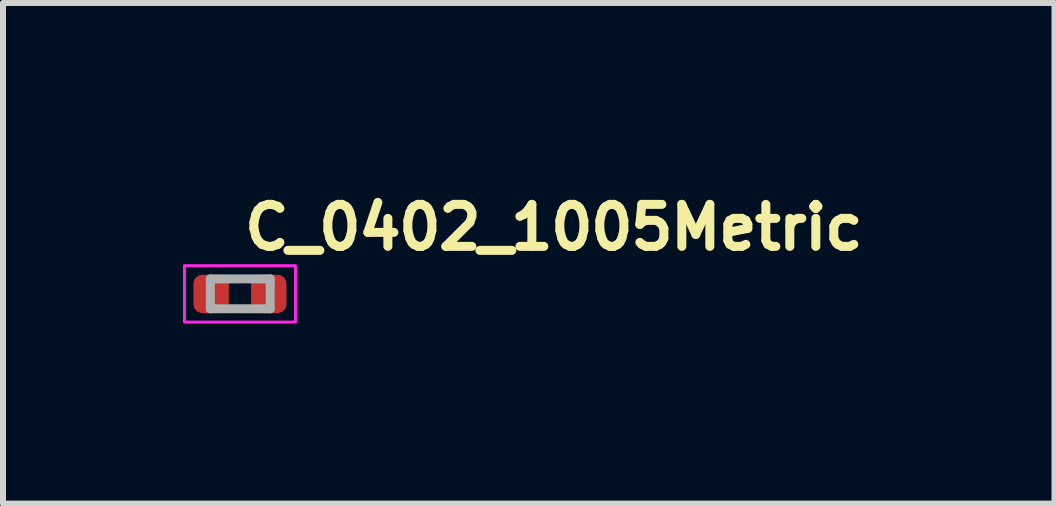
<source format=kicad_pcb>
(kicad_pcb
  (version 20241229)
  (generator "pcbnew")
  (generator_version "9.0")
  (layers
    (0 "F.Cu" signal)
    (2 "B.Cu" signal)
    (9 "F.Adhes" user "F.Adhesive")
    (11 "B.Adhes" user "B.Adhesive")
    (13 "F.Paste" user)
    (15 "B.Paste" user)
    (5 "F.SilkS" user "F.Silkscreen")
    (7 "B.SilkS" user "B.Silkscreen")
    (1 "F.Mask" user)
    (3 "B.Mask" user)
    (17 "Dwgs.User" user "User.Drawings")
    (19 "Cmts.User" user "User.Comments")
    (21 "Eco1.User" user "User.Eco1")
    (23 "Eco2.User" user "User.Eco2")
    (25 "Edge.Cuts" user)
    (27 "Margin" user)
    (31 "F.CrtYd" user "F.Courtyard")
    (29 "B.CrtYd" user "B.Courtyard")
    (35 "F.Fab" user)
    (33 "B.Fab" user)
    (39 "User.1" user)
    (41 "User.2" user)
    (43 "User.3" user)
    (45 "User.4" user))
  (footprint "C_0402_1005Metric"
    (layer "F.Cu")
    (at 0.95 1.849)
    (property "Reference" "C_0402_1005Metric" (at 0 -0.699 0) (layer "F.SilkS") (effects (font (size 0.7 0.7) (thickness 0.15)) (justify left bottom)))
    (attr smd)
    (fp_rect (start -0.925 -0.47) (end 0.925 0.47) (stroke (width 0.05) (type default)) (fill no) (layer "F.CrtYd"))
    (fp_line (start -0.494 -0.25) (end 0.504 -0.25) (stroke (width 0.15) (type solid)) (layer "F.Fab"))
    (fp_line (start -0.494 0.248) (end -0.494 -0.25) (stroke (width 0.15) (type solid)) (layer "F.Fab"))
    (fp_line (start 0.504 -0.25) (end 0.504 0.248) (stroke (width 0.15) (type solid)) (layer "F.Fab"))
    (fp_line (start 0.504 0.248) (end -0.494 0.248) (stroke (width 0.15) (type solid)) (layer "F.Fab"))
    (fp_line (start -0.494 -0.244) (end -0.494 -0.243) (stroke (width 0.1) (type solid)) (layer "User.5"))
    (fp_line (start -0.494 -0.243) (end -0.494 -0.243) (stroke (width 0.1) (type solid)) (layer "User.5"))
    (fp_line (start -0.494 -0.243) (end -0.494 -0.242) (stroke (width 0.1) (type solid)) (layer "User.5"))
    (fp_line (start -0.494 -0.242) (end -0.494 -0.242) (stroke (width 0.1) (type solid)) (layer "User.5"))
    (fp_line (start -0.494 -0.242) (end -0.494 -0.242) (stroke (width 0.1) (type solid)) (layer "User.5"))
    (fp_line (start -0.494 -0.242) (end -0.494 -0.241) (stroke (width 0.1) (type solid)) (layer "User.5"))
    (fp_line (start -0.494 -0.241) (end -0.494 -0.241) (stroke (width 0.1) (type solid)) (layer "User.5"))
    (fp_line (start -0.494 -0.241) (end -0.494 -0.24) (stroke (width 0.1) (type solid)) (layer "User.5"))
    (fp_line (start -0.494 -0.24) (end -0.494 -0.238) (stroke (width 0.1) (type solid)) (layer "User.5"))
    (fp_line (start -0.494 -0.238) (end -0.494 -0.238) (stroke (width 0.1) (type solid)) (layer "User.5"))
    (fp_line (start -0.494 -0.238) (end -0.494 -0.238) (stroke (width 0.1) (type solid)) (layer "User.5"))
    (fp_line (start -0.494 -0.238) (end -0.494 -0.238) (stroke (width 0.1) (type solid)) (layer "User.5"))
    (fp_line (start -0.494 0.24) (end -0.494 -0.238) (stroke (width 0.1) (type solid)) (layer "User.5"))
    (fp_line (start -0.494 0.24) (end -0.494 0.24) (stroke (width 0.1) (type solid)) (layer "User.5"))
    (fp_line (start -0.494 0.24) (end -0.494 0.24) (stroke (width 0.1) (type solid)) (layer "User.5"))
    (fp_line (start -0.494 0.24) (end -0.494 0.24) (stroke (width 0.1) (type solid)) (layer "User.5"))
    (fp_line (start -0.494 0.24) (end -0.494 0.24) (stroke (width 0.1) (type solid)) (layer "User.5"))
    (fp_line (start -0.494 0.24) (end -0.494 0.24) (stroke (width 0.1) (type solid)) (layer "User.5"))
    (fp_line (start -0.494 0.24) (end -0.494 0.241) (stroke (width 0.1) (type solid)) (layer "User.5"))
    (fp_line (start -0.494 0.241) (end -0.494 0.241) (stroke (width 0.1) (type solid)) (layer "User.5"))
    (fp_line (start -0.494 0.241) (end -0.494 0.241) (stroke (width 0.1) (type solid)) (layer "User.5"))
    (fp_line (start -0.494 0.241) (end -0.494 0.242) (stroke (width 0.1) (type solid)) (layer "User.5"))
    (fp_line (start -0.494 0.242) (end -0.494 0.242) (stroke (width 0.1) (type solid)) (layer "User.5"))
    (fp_line (start -0.494 0.242) (end -0.494 0.243) (stroke (width 0.1) (type solid)) (layer "User.5"))
    (fp_line (start -0.494 0.243) (end -0.493 0.243) (stroke (width 0.1) (type solid)) (layer "User.5"))
    (fp_line (start -0.493 -0.245) (end -0.493 -0.245) (stroke (width 0.1) (type solid)) (layer "User.5"))
    (fp_line (start -0.493 -0.245) (end -0.493 -0.245) (stroke (width 0.1) (type solid)) (layer "User.5"))
    (fp_line (start -0.493 -0.245) (end -0.493 -0.244) (stroke (width 0.1) (type solid)) (layer "User.5"))
    (fp_line (start -0.493 -0.244) (end -0.494 -0.244) (stroke (width 0.1) (type solid)) (layer "User.5"))
    (fp_line (start -0.493 0.243) (end -0.493 0.244) (stroke (width 0.1) (type solid)) (layer "User.5"))
    (fp_line (start -0.493 0.244) (end -0.493 0.244) (stroke (width 0.1) (type solid)) (layer "User.5"))
    (fp_line (start -0.493 0.244) (end -0.493 0.244) (stroke (width 0.1) (type solid)) (layer "User.5"))
    (fp_line (start -0.493 0.244) (end -0.492 0.245) (stroke (width 0.1) (type solid)) (layer "User.5"))
    (fp_line (start -0.492 -0.247) (end -0.492 -0.246) (stroke (width 0.1) (type solid)) (layer "User.5"))
    (fp_line (start -0.492 -0.246) (end -0.493 -0.245) (stroke (width 0.1) (type solid)) (layer "User.5"))
    (fp_line (start -0.492 -0.246) (end -0.492 -0.246) (stroke (width 0.1) (type solid)) (layer "User.5"))
    (fp_line (start -0.492 0.245) (end -0.492 0.245) (stroke (width 0.1) (type solid)) (layer "User.5"))
    (fp_line (start -0.492 0.245) (end -0.492 0.246) (stroke (width 0.1) (type solid)) (layer "User.5"))
    (fp_line (start -0.492 0.246) (end -0.491 0.246) (stroke (width 0.1) (type solid)) (layer "User.5"))
    (fp_line (start -0.491 -0.247) (end -0.492 -0.247) (stroke (width 0.1) (type solid)) (layer "User.5"))
    (fp_line (start -0.491 -0.247) (end -0.491 -0.247) (stroke (width 0.1) (type solid)) (layer "User.5"))
    (fp_line (start -0.491 0.246) (end -0.491 0.246) (stroke (width 0.1) (type solid)) (layer "User.5"))
    (fp_line (start -0.491 0.246) (end -0.49 0.247) (stroke (width 0.1) (type solid)) (layer "User.5"))
    (fp_line (start -0.49 -0.248) (end -0.491 -0.247) (stroke (width 0.1) (type solid)) (layer "User.5"))
    (fp_line (start -0.49 -0.248) (end -0.49 -0.248) (stroke (width 0.1) (type solid)) (layer "User.5"))
    (fp_line (start -0.49 -0.248) (end -0.49 -0.248) (stroke (width 0.1) (type solid)) (layer "User.5"))
    (fp_line (start -0.49 0.247) (end -0.49 0.247) (stroke (width 0.1) (type solid)) (layer "User.5"))
    (fp_line (start -0.49 0.247) (end -0.49 0.247) (stroke (width 0.1) (type solid)) (layer "User.5"))
    (fp_line (start -0.49 0.247) (end -0.489 0.247) (stroke (width 0.1) (type solid)) (layer "User.5"))
    (fp_line (start -0.489 -0.249) (end -0.489 -0.248) (stroke (width 0.1) (type solid)) (layer "User.5"))
    (fp_line (start -0.489 -0.248) (end -0.49 -0.248) (stroke (width 0.1) (type solid)) (layer "User.5"))
    (fp_line (start -0.489 0.247) (end -0.489 0.248) (stroke (width 0.1) (type solid)) (layer "User.5"))
    (fp_line (start -0.489 0.248) (end -0.488 0.248) (stroke (width 0.1) (type solid)) (layer "User.5"))
    (fp_line (start -0.488 -0.249) (end -0.489 -0.249) (stroke (width 0.1) (type solid)) (layer "User.5"))
    (fp_line (start -0.488 -0.249) (end -0.488 -0.249) (stroke (width 0.1) (type solid)) (layer "User.5"))
    (fp_line (start -0.488 0.248) (end -0.488 0.248) (stroke (width 0.1) (type solid)) (layer "User.5"))
    (fp_line (start -0.488 0.248) (end -0.487 0.248) (stroke (width 0.1) (type solid)) (layer "User.5"))
    (fp_line (start -0.487 -0.249) (end -0.488 -0.249) (stroke (width 0.1) (type solid)) (layer "User.5"))
    (fp_line (start -0.487 -0.249) (end -0.487 -0.249) (stroke (width 0.1) (type solid)) (layer "User.5"))
    (fp_line (start -0.487 -0.249) (end -0.487 -0.249) (stroke (width 0.1) (type solid)) (layer "User.5"))
    (fp_line (start -0.487 0.248) (end -0.487 0.248) (stroke (width 0.1) (type solid)) (layer "User.5"))
    (fp_line (start -0.487 0.248) (end -0.487 0.248) (stroke (width 0.1) (type solid)) (layer "User.5"))
    (fp_line (start -0.487 0.248) (end -0.486 0.248) (stroke (width 0.1) (type solid)) (layer "User.5"))
    (fp_line (start -0.486 -0.249) (end -0.487 -0.249) (stroke (width 0.1) (type solid)) (layer "User.5"))
    (fp_line (start -0.486 -0.249) (end -0.486 -0.249) (stroke (width 0.1) (type solid)) (layer "User.5"))
    (fp_line (start -0.486 0.248) (end -0.486 0.248) (stroke (width 0.1) (type solid)) (layer "User.5"))
    (fp_line (start -0.486 0.248) (end -0.485 0.248) (stroke (width 0.1) (type solid)) (layer "User.5"))
    (fp_line (start -0.484 -0.249) (end -0.294 -0.249) (stroke (width 0.1) (type solid)) (layer "User.5"))
    (fp_line (start -0.294 -0.249) (end -0.294 -0.238) (stroke (width 0.1) (type solid)) (layer "User.5"))
    (fp_line (start -0.294 -0.238) (end -0.294 0.24) (stroke (width 0.1) (type solid)) (layer "User.5"))
    (fp_line (start -0.294 -0.238) (end 0.303 -0.238) (stroke (width 0.1) (type solid)) (layer "User.5"))
    (fp_line (start -0.294 0.24) (end -0.294 0.248) (stroke (width 0.1) (type solid)) (layer "User.5"))
    (fp_line (start -0.294 0.24) (end 0.303 0.24) (stroke (width 0.1) (type solid)) (layer "User.5"))
    (fp_line (start -0.294 0.248) (end -0.484 0.248) (stroke (width 0.1) (type solid)) (layer "User.5"))
    (fp_line (start 0.303 -0.249) (end 0.303 -0.238) (stroke (width 0.1) (type solid)) (layer "User.5"))
    (fp_line (start 0.303 -0.238) (end 0.303 0.24) (stroke (width 0.1) (type solid)) (layer "User.5"))
    (fp_line (start 0.303 0.24) (end 0.303 0.248) (stroke (width 0.1) (type solid)) (layer "User.5"))
    (fp_line (start 0.303 0.248) (end 0.493 0.248) (stroke (width 0.1) (type solid)) (layer "User.5"))
    (fp_line (start 0.493 -0.249) (end 0.303 -0.249) (stroke (width 0.1) (type solid)) (layer "User.5"))
    (fp_line (start 0.495 0.248) (end 0.496 0.248) (stroke (width 0.1) (type solid)) (layer "User.5"))
    (fp_line (start 0.496 -0.249) (end 0.495 -0.249) (stroke (width 0.1) (type solid)) (layer "User.5"))
    (fp_line (start 0.496 -0.249) (end 0.496 -0.249) (stroke (width 0.1) (type solid)) (layer "User.5"))
    (fp_line (start 0.496 -0.249) (end 0.496 -0.249) (stroke (width 0.1) (type solid)) (layer "User.5"))
    (fp_line (start 0.496 0.248) (end 0.496 0.248) (stroke (width 0.1) (type solid)) (layer "User.5"))
    (fp_line (start 0.496 0.248) (end 0.496 0.248) (stroke (width 0.1) (type solid)) (layer "User.5"))
    (fp_line (start 0.496 0.248) (end 0.497 0.248) (stroke (width 0.1) (type solid)) (layer "User.5"))
    (fp_line (start 0.497 -0.249) (end 0.496 -0.249) (stroke (width 0.1) (type solid)) (layer "User.5"))
    (fp_line (start 0.497 -0.249) (end 0.497 -0.249) (stroke (width 0.1) (type solid)) (layer "User.5"))
    (fp_line (start 0.497 0.248) (end 0.497 0.248) (stroke (width 0.1) (type solid)) (layer "User.5"))
    (fp_line (start 0.497 0.248) (end 0.498 0.248) (stroke (width 0.1) (type solid)) (layer "User.5"))
    (fp_line (start 0.498 -0.249) (end 0.497 -0.249) (stroke (width 0.1) (type solid)) (layer "User.5"))
    (fp_line (start 0.498 -0.248) (end 0.498 -0.249) (stroke (width 0.1) (type solid)) (layer "User.5"))
    (fp_line (start 0.498 0.247) (end 0.499 0.247) (stroke (width 0.1) (type solid)) (layer "User.5"))
    (fp_line (start 0.498 0.248) (end 0.498 0.247) (stroke (width 0.1) (type solid)) (layer "User.5"))
    (fp_line (start 0.499 -0.248) (end 0.498 -0.248) (stroke (width 0.1) (type solid)) (layer "User.5"))
    (fp_line (start 0.499 -0.248) (end 0.499 -0.248) (stroke (width 0.1) (type solid)) (layer "User.5"))
    (fp_line (start 0.499 -0.248) (end 0.499 -0.248) (stroke (width 0.1) (type solid)) (layer "User.5"))
    (fp_line (start 0.499 0.247) (end 0.499 0.247) (stroke (width 0.1) (type solid)) (layer "User.5"))
    (fp_line (start 0.499 0.247) (end 0.499 0.247) (stroke (width 0.1) (type solid)) (layer "User.5"))
    (fp_line (start 0.499 0.247) (end 0.5 0.246) (stroke (width 0.1) (type solid)) (layer "User.5"))
    (fp_line (start 0.5 -0.247) (end 0.499 -0.248) (stroke (width 0.1) (type solid)) (layer "User.5"))
    (fp_line (start 0.5 -0.247) (end 0.5 -0.247) (stroke (width 0.1) (type solid)) (layer "User.5"))
    (fp_line (start 0.5 0.246) (end 0.5 0.246) (stroke (width 0.1) (type solid)) (layer "User.5"))
    (fp_line (start 0.5 0.246) (end 0.501 0.246) (stroke (width 0.1) (type solid)) (layer "User.5"))
    (fp_line (start 0.501 -0.247) (end 0.5 -0.247) (stroke (width 0.1) (type solid)) (layer "User.5"))
    (fp_line (start 0.501 -0.246) (end 0.501 -0.247) (stroke (width 0.1) (type solid)) (layer "User.5"))
    (fp_line (start 0.501 -0.246) (end 0.501 -0.246) (stroke (width 0.1) (type solid)) (layer "User.5"))
    (fp_line (start 0.501 0.245) (end 0.501 0.245) (stroke (width 0.1) (type solid)) (layer "User.5"))
    (fp_line (start 0.501 0.245) (end 0.502 0.244) (stroke (width 0.1) (type solid)) (layer "User.5"))
    (fp_line (start 0.501 0.246) (end 0.501 0.245) (stroke (width 0.1) (type solid)) (layer "User.5"))
    (fp_line (start 0.502 -0.245) (end 0.501 -0.246) (stroke (width 0.1) (type solid)) (layer "User.5"))
    (fp_line (start 0.502 -0.245) (end 0.502 -0.245) (stroke (width 0.1) (type solid)) (layer "User.5"))
    (fp_line (start 0.502 -0.245) (end 0.502 -0.245) (stroke (width 0.1) (type solid)) (layer "User.5"))
    (fp_line (start 0.502 -0.244) (end 0.502 -0.245) (stroke (width 0.1) (type solid)) (layer "User.5"))
    (fp_line (start 0.502 0.243) (end 0.503 0.243) (stroke (width 0.1) (type solid)) (layer "User.5"))
    (fp_line (start 0.502 0.244) (end 0.502 0.243) (stroke (width 0.1) (type solid)) (layer "User.5"))
    (fp_line (start 0.502 0.244) (end 0.502 0.244) (stroke (width 0.1) (type solid)) (layer "User.5"))
    (fp_line (start 0.502 0.244) (end 0.502 0.244) (stroke (width 0.1) (type solid)) (layer "User.5"))
    (fp_line (start 0.503 -0.244) (end 0.502 -0.244) (stroke (width 0.1) (type solid)) (layer "User.5"))
    (fp_line (start 0.503 -0.243) (end 0.503 -0.244) (stroke (width 0.1) (type solid)) (layer "User.5"))
    (fp_line (start 0.503 -0.243) (end 0.503 -0.243) (stroke (width 0.1) (type solid)) (layer "User.5"))
    (fp_line (start 0.503 -0.242) (end 0.503 -0.243) (stroke (width 0.1) (type solid)) (layer "User.5"))
    (fp_line (start 0.503 -0.242) (end 0.503 -0.242) (stroke (width 0.1) (type solid)) (layer "User.5"))
    (fp_line (start 0.503 -0.242) (end 0.503 -0.242) (stroke (width 0.1) (type solid)) (layer "User.5"))
    (fp_line (start 0.503 -0.241) (end 0.503 -0.242) (stroke (width 0.1) (type solid)) (layer "User.5"))
    (fp_line (start 0.503 -0.241) (end 0.503 -0.241) (stroke (width 0.1) (type solid)) (layer "User.5"))
    (fp_line (start 0.503 -0.24) (end 0.503 -0.241) (stroke (width 0.1) (type solid)) (layer "User.5"))
    (fp_line (start 0.503 0.24) (end 0.503 -0.238) (stroke (width 0.1) (type solid)) (layer "User.5"))
    (fp_line (start 0.503 0.24) (end 0.503 0.24) (stroke (width 0.1) (type solid)) (layer "User.5"))
    (fp_line (start 0.503 0.241) (end 0.503 0.24) (stroke (width 0.1) (type solid)) (layer "User.5"))
    (fp_line (start 0.503 0.241) (end 0.503 0.241) (stroke (width 0.1) (type solid)) (layer "User.5"))
    (fp_line (start 0.503 0.241) (end 0.503 0.241) (stroke (width 0.1) (type solid)) (layer "User.5"))
    (fp_line (start 0.503 0.242) (end 0.503 0.241) (stroke (width 0.1) (type solid)) (layer "User.5"))
    (fp_line (start 0.503 0.242) (end 0.503 0.242) (stroke (width 0.1) (type solid)) (layer "User.5"))
    (fp_line (start 0.503 0.243) (end 0.503 0.242) (stroke (width 0.1) (type solid)) (layer "User.5"))
    (fp_line (start -0.494 -0.244) (end -0.494 -0.243) (stroke (width 0.02) (type solid)) (layer "User.9"))
    (fp_line (start -0.494 -0.243) (end -0.494 -0.243) (stroke (width 0.02) (type solid)) (layer "User.9"))
    (fp_line (start -0.494 -0.243) (end -0.494 -0.242) (stroke (width 0.02) (type solid)) (layer "User.9"))
    (fp_line (start -0.494 -0.242) (end -0.494 -0.242) (stroke (width 0.02) (type solid)) (layer "User.9"))
    (fp_line (start -0.494 -0.242) (end -0.494 -0.242) (stroke (width 0.02) (type solid)) (layer "User.9"))
    (fp_line (start -0.494 -0.242) (end -0.494 -0.241) (stroke (width 0.02) (type solid)) (layer "User.9"))
    (fp_line (start -0.494 -0.241) (end -0.494 -0.241) (stroke (width 0.02) (type solid)) (layer "User.9"))
    (fp_line (start -0.494 -0.241) (end -0.494 -0.24) (stroke (width 0.02) (type solid)) (layer "User.9"))
    (fp_line (start -0.494 -0.24) (end -0.494 -0.238) (stroke (width 0.02) (type solid)) (layer "User.9"))
    (fp_line (start -0.494 -0.238) (end -0.494 -0.238) (stroke (width 0.02) (type solid)) (layer "User.9"))
    (fp_line (start -0.494 -0.238) (end -0.494 -0.238) (stroke (width 0.02) (type solid)) (layer "User.9"))
    (fp_line (start -0.494 -0.238) (end -0.494 -0.238) (stroke (width 0.02) (type solid)) (layer "User.9"))
    (fp_line (start -0.494 -0.238) (end -0.494 -0.238) (stroke (width 0.02) (type solid)) (layer "User.9"))
    (fp_line (start -0.494 -0.238) (end -0.494 -0.238) (stroke (width 0.02) (type solid)) (layer "User.9"))
    (fp_line (start -0.494 -0.238) (end -0.494 -0.238) (stroke (width 0.02) (type solid)) (layer "User.9"))
    (fp_line (start -0.494 -0.238) (end -0.494 -0.238) (stroke (width 0.02) (type solid)) (layer "User.9"))
    (fp_line (start -0.494 -0.238) (end -0.494 -0.237) (stroke (width 0.02) (type solid)) (layer "User.9"))
    (fp_line (start -0.494 -0.237) (end -0.494 -0.237) (stroke (width 0.02) (type solid)) (layer "User.9"))
    (fp_line (start -0.494 -0.237) (end -0.494 -0.236) (stroke (width 0.02) (type solid)) (layer "User.9"))
    (fp_line (start -0.494 -0.236) (end -0.493 -0.236) (stroke (width 0.02) (type solid)) (layer "User.9"))
    (fp_line (start -0.494 0.235) (end -0.494 0.236) (stroke (width 0.02) (type solid)) (layer "User.9"))
    (fp_line (start -0.494 0.236) (end -0.494 0.236) (stroke (width 0.02) (type solid)) (layer "User.9"))
    (fp_line (start -0.494 0.236) (end -0.494 0.237) (stroke (width 0.02) (type solid)) (layer "User.9"))
    (fp_line (start -0.494 0.237) (end -0.494 0.237) (stroke (width 0.02) (type solid)) (layer "User.9"))
    (fp_line (start -0.494 0.237) (end -0.494 0.237) (stroke (width 0.02) (type solid)) (layer "User.9"))
    (fp_line (start -0.494 0.237) (end -0.494 0.238) (stroke (width 0.02) (type solid)) (layer "User.9"))
    (fp_line (start -0.494 0.238) (end -0.494 0.238) (stroke (width 0.02) (type solid)) (layer "User.9"))
    (fp_line (start -0.494 0.238) (end -0.494 0.24) (stroke (width 0.02) (type solid)) (layer "User.9"))
    (fp_line (start -0.494 0.24) (end -0.494 -0.238) (stroke (width 0.02) (type solid)) (layer "User.9"))
    (fp_line (start -0.494 0.24) (end -0.494 0.24) (stroke (width 0.02) (type solid)) (layer "User.9"))
    (fp_line (start -0.494 0.24) (end -0.494 0.24) (stroke (width 0.02) (type solid)) (layer "User.9"))
    (fp_line (start -0.494 0.24) (end -0.494 0.24) (stroke (width 0.02) (type solid)) (layer "User.9"))
    (fp_line (start -0.494 0.24) (end -0.494 0.24) (stroke (width 0.02) (type solid)) (layer "User.9"))
    (fp_line (start -0.494 0.24) (end -0.494 0.24) (stroke (width 0.02) (type solid)) (layer "User.9"))
    (fp_line (start -0.494 0.24) (end -0.494 0.241) (stroke (width 0.02) (type solid)) (layer "User.9"))
    (fp_line (start -0.494 0.241) (end -0.494 0.241) (stroke (width 0.02) (type solid)) (layer "User.9"))
    (fp_line (start -0.494 0.241) (end -0.494 0.241) (stroke (width 0.02) (type solid)) (layer "User.9"))
    (fp_line (start -0.494 0.241) (end -0.494 0.242) (stroke (width 0.02) (type solid)) (layer "User.9"))
    (fp_line (start -0.494 0.242) (end -0.494 0.242) (stroke (width 0.02) (type solid)) (layer "User.9"))
    (fp_line (start -0.494 0.242) (end -0.494 0.243) (stroke (width 0.02) (type solid)) (layer "User.9"))
    (fp_line (start -0.494 0.243) (end -0.493 0.243) (stroke (width 0.02) (type solid)) (layer "User.9"))
    (fp_line (start -0.493 -0.245) (end -0.493 -0.245) (stroke (width 0.02) (type solid)) (layer "User.9"))
    (fp_line (start -0.493 -0.245) (end -0.493 -0.245) (stroke (width 0.02) (type solid)) (layer "User.9"))
    (fp_line (start -0.493 -0.245) (end -0.493 -0.244) (stroke (width 0.02) (type solid)) (layer "User.9"))
    (fp_line (start -0.493 -0.244) (end -0.494 -0.244) (stroke (width 0.02) (type solid)) (layer "User.9"))
    (fp_line (start -0.493 -0.236) (end -0.493 -0.235) (stroke (width 0.02) (type solid)) (layer "User.9"))
    (fp_line (start -0.493 -0.235) (end -0.493 -0.235) (stroke (width 0.02) (type solid)) (layer "User.9"))
    (fp_line (start -0.493 -0.235) (end -0.493 -0.235) (stroke (width 0.02) (type solid)) (layer "User.9"))
    (fp_line (start -0.493 -0.235) (end -0.492 -0.234) (stroke (width 0.02) (type solid)) (layer "User.9"))
    (fp_line (start -0.493 0.234) (end -0.493 0.234) (stroke (width 0.02) (type solid)) (layer "User.9"))
    (fp_line (start -0.493 0.234) (end -0.493 0.234) (stroke (width 0.02) (type solid)) (layer "User.9"))
    (fp_line (start -0.493 0.234) (end -0.493 0.235) (stroke (width 0.02) (type solid)) (layer "User.9"))
    (fp_line (start -0.493 0.235) (end -0.494 0.235) (stroke (width 0.02) (type solid)) (layer "User.9"))
    (fp_line (start -0.493 0.243) (end -0.493 0.244) (stroke (width 0.02) (type solid)) (layer "User.9"))
    (fp_line (start -0.493 0.244) (end -0.493 0.244) (stroke (width 0.02) (type solid)) (layer "User.9"))
    (fp_line (start -0.493 0.244) (end -0.493 0.244) (stroke (width 0.02) (type solid)) (layer "User.9"))
    (fp_line (start -0.493 0.244) (end -0.492 0.245) (stroke (width 0.02) (type solid)) (layer "User.9"))
    (fp_line (start -0.492 -0.247) (end -0.492 -0.246) (stroke (width 0.02) (type solid)) (layer "User.9"))
    (fp_line (start -0.492 -0.246) (end -0.493 -0.245) (stroke (width 0.02) (type solid)) (layer "User.9"))
    (fp_line (start -0.492 -0.246) (end -0.492 -0.246) (stroke (width 0.02) (type solid)) (layer "User.9"))
    (fp_line (start -0.492 -0.234) (end -0.492 -0.234) (stroke (width 0.02) (type solid)) (layer "User.9"))
    (fp_line (start -0.492 -0.234) (end -0.492 -0.234) (stroke (width 0.02) (type solid)) (layer "User.9"))
    (fp_line (start -0.492 -0.234) (end -0.491 -0.234) (stroke (width 0.02) (type solid)) (layer "User.9"))
    (fp_line (start -0.492 0.233) (end -0.492 0.234) (stroke (width 0.02) (type solid)) (layer "User.9"))
    (fp_line (start -0.492 0.234) (end -0.493 0.234) (stroke (width 0.02) (type solid)) (layer "User.9"))
    (fp_line (start -0.492 0.234) (end -0.492 0.234) (stroke (width 0.02) (type solid)) (layer "User.9"))
    (fp_line (start -0.492 0.245) (end -0.492 0.245) (stroke (width 0.02) (type solid)) (layer "User.9"))
    (fp_line (start -0.492 0.245) (end -0.492 0.246) (stroke (width 0.02) (type solid)) (layer "User.9"))
    (fp_line (start -0.492 0.246) (end -0.491 0.246) (stroke (width 0.02) (type solid)) (layer "User.9"))
    (fp_line (start -0.491 -0.247) (end -0.492 -0.247) (stroke (width 0.02) (type solid)) (layer "User.9"))
    (fp_line (start -0.491 -0.247) (end -0.491 -0.247) (stroke (width 0.02) (type solid)) (layer "User.9"))
    (fp_line (start -0.491 -0.234) (end -0.491 -0.234) (stroke (width 0.02) (type solid)) (layer "User.9"))
    (fp_line (start -0.491 -0.234) (end -0.49 -0.233) (stroke (width 0.02) (type solid)) (layer "User.9"))
    (fp_line (start -0.491 0.233) (end -0.492 0.233) (stroke (width 0.02) (type solid)) (layer "User.9"))
    (fp_line (start -0.491 0.233) (end -0.491 0.233) (stroke (width 0.02) (type solid)) (layer "User.9"))
    (fp_line (start -0.491 0.246) (end -0.491 0.246) (stroke (width 0.02) (type solid)) (layer "User.9"))
    (fp_line (start -0.491 0.246) (end -0.49 0.247) (stroke (width 0.02) (type solid)) (layer "User.9"))
    (fp_line (start -0.49 -0.248) (end -0.491 -0.247) (stroke (width 0.02) (type solid)) (layer "User.9"))
    (fp_line (start -0.49 -0.248) (end -0.49 -0.248) (stroke (width 0.02) (type solid)) (layer "User.9"))
    (fp_line (start -0.49 -0.248) (end -0.49 -0.248) (stroke (width 0.02) (type solid)) (layer "User.9"))
    (fp_line (start -0.49 -0.233) (end -0.49 -0.233) (stroke (width 0.02) (type solid)) (layer "User.9"))
    (fp_line (start -0.49 -0.233) (end -0.49 -0.233) (stroke (width 0.02) (type solid)) (layer "User.9"))
    (fp_line (start -0.49 -0.233) (end -0.489 -0.233) (stroke (width 0.02) (type solid)) (layer "User.9"))
    (fp_line (start -0.49 0.232) (end -0.491 0.233) (stroke (width 0.02) (type solid)) (layer "User.9"))
    (fp_line (start -0.49 0.232) (end -0.49 0.232) (stroke (width 0.02) (type solid)) (layer "User.9"))
    (fp_line (start -0.49 0.232) (end -0.49 0.232) (stroke (width 0.02) (type solid)) (layer "User.9"))
    (fp_line (start -0.49 0.247) (end -0.49 0.247) (stroke (width 0.02) (type solid)) (layer "User.9"))
    (fp_line (start -0.49 0.247) (end -0.49 0.247) (stroke (width 0.02) (type solid)) (layer "User.9"))
    (fp_line (start -0.49 0.247) (end -0.489 0.247) (stroke (width 0.02) (type solid)) (layer "User.9"))
    (fp_line (start -0.489 -0.249) (end -0.489 -0.248) (stroke (width 0.02) (type solid)) (layer "User.9"))
    (fp_line (start -0.489 -0.248) (end -0.49 -0.248) (stroke (width 0.02) (type solid)) (layer "User.9"))
    (fp_line (start -0.489 -0.233) (end -0.489 -0.232) (stroke (width 0.02) (type solid)) (layer "User.9"))
    (fp_line (start -0.489 -0.232) (end -0.488 -0.232) (stroke (width 0.02) (type solid)) (layer "User.9"))
    (fp_line (start -0.489 0.231) (end -0.489 0.232) (stroke (width 0.02) (type solid)) (layer "User.9"))
    (fp_line (start -0.489 0.232) (end -0.49 0.232) (stroke (width 0.02) (type solid)) (layer "User.9"))
    (fp_line (start -0.489 0.247) (end -0.489 0.248) (stroke (width 0.02) (type solid)) (layer "User.9"))
    (fp_line (start -0.489 0.248) (end -0.488 0.248) (stroke (width 0.02) (type solid)) (layer "User.9"))
    (fp_line (start -0.488 -0.249) (end -0.489 -0.249) (stroke (width 0.02) (type solid)) (layer "User.9"))
    (fp_line (start -0.488 -0.249) (end -0.488 -0.249) (stroke (width 0.02) (type solid)) (layer "User.9"))
    (fp_line (start -0.488 -0.232) (end -0.488 -0.232) (stroke (width 0.02) (type solid)) (layer "User.9"))
    (fp_line (start -0.488 -0.232) (end -0.487 -0.232) (stroke (width 0.02) (type solid)) (layer "User.9"))
    (fp_line (start -0.488 0.231) (end -0.489 0.231) (stroke (width 0.02) (type solid)) (layer "User.9"))
    (fp_line (start -0.488 0.231) (end -0.488 0.231) (stroke (width 0.02) (type solid)) (layer "User.9"))
    (fp_line (start -0.488 0.248) (end -0.488 0.248) (stroke (width 0.02) (type solid)) (layer "User.9"))
    (fp_line (start -0.488 0.248) (end -0.487 0.248) (stroke (width 0.02) (type solid)) (layer "User.9"))
    (fp_line (start -0.487 -0.249) (end -0.488 -0.249) (stroke (width 0.02) (type solid)) (layer "User.9"))
    (fp_line (start -0.487 -0.249) (end -0.487 -0.249) (stroke (width 0.02) (type solid)) (layer "User.9"))
    (fp_line (start -0.487 -0.249) (end -0.487 -0.249) (stroke (width 0.02) (type solid)) (layer "User.9"))
    (fp_line (start -0.487 -0.232) (end -0.487 -0.232) (stroke (width 0.02) (type solid)) (layer "User.9"))
    (fp_line (start -0.487 -0.232) (end -0.487 -0.232) (stroke (width 0.02) (type solid)) (layer "User.9"))
    (fp_line (start -0.487 -0.232) (end -0.486 -0.232) (stroke (width 0.02) (type solid)) (layer "User.9"))
    (fp_line (start -0.487 0.231) (end -0.488 0.231) (stroke (width 0.02) (type solid)) (layer "User.9"))
    (fp_line (start -0.487 0.231) (end -0.487 0.231) (stroke (width 0.02) (type solid)) (layer "User.9"))
    (fp_line (start -0.487 0.231) (end -0.487 0.231) (stroke (width 0.02) (type solid)) (layer "User.9"))
    (fp_line (start -0.487 0.248) (end -0.487 0.248) (stroke (width 0.02) (type solid)) (layer "User.9"))
    (fp_line (start -0.487 0.248) (end -0.487 0.248) (stroke (width 0.02) (type solid)) (layer "User.9"))
    (fp_line (start -0.487 0.248) (end -0.486 0.248) (stroke (width 0.02) (type solid)) (layer "User.9"))
    (fp_line (start -0.486 -0.249) (end -0.487 -0.249) (stroke (width 0.02) (type solid)) (layer "User.9"))
    (fp_line (start -0.486 -0.249) (end -0.486 -0.249) (stroke (width 0.02) (type solid)) (layer "User.9"))
    (fp_line (start -0.486 -0.232) (end -0.486 -0.232) (stroke (width 0.02) (type solid)) (layer "User.9"))
    (fp_line (start -0.486 -0.232) (end -0.485 -0.232) (stroke (width 0.02) (type solid)) (layer "User.9"))
    (fp_line (start -0.486 0.231) (end -0.487 0.231) (stroke (width 0.02) (type solid)) (layer "User.9"))
    (fp_line (start -0.486 0.231) (end -0.486 0.231) (stroke (width 0.02) (type solid)) (layer "User.9"))
    (fp_line (start -0.486 0.248) (end -0.486 0.248) (stroke (width 0.02) (type solid)) (layer "User.9"))
    (fp_line (start -0.486 0.248) (end -0.485 0.248) (stroke (width 0.02) (type solid)) (layer "User.9"))
    (fp_line (start -0.485 -0.249) (end -0.486 -0.249) (stroke (width 0.02) (type solid)) (layer "User.9"))
    (fp_line (start -0.485 -0.232) (end -0.484 -0.232) (stroke (width 0.02) (type solid)) (layer "User.9"))
    (fp_line (start -0.485 0.231) (end -0.486 0.231) (stroke (width 0.02) (type solid)) (layer "User.9"))
    (fp_line (start -0.485 0.248) (end -0.484 0.248) (stroke (width 0.02) (type solid)) (layer "User.9"))
    (fp_line (start -0.484 -0.249) (end -0.485 -0.249) (stroke (width 0.02) (type solid)) (layer "User.9"))
    (fp_line (start -0.484 -0.249) (end -0.484 -0.249) (stroke (width 0.02) (type solid)) (layer "User.9"))
    (fp_line (start -0.484 -0.249) (end -0.484 -0.249) (stroke (width 0.02) (type solid)) (layer "User.9"))
    (fp_line (start -0.484 -0.249) (end -0.294 -0.249) (stroke (width 0.02) (type solid)) (layer "User.9"))
    (fp_line (start -0.484 -0.232) (end -0.484 -0.232) (stroke (width 0.02) (type solid)) (layer "User.9"))
    (fp_line (start -0.484 -0.232) (end -0.484 -0.232) (stroke (width 0.02) (type solid)) (layer "User.9"))
    (fp_line (start -0.484 -0.232) (end -0.483 -0.232) (stroke (width 0.02) (type solid)) (layer "User.9"))
    (fp_line (start -0.484 0.231) (end -0.485 0.231) (stroke (width 0.02) (type solid)) (layer "User.9"))
    (fp_line (start -0.484 0.231) (end -0.484 0.231) (stroke (width 0.02) (type solid)) (layer "User.9"))
    (fp_line (start -0.484 0.231) (end -0.484 0.231) (stroke (width 0.02) (type solid)) (layer "User.9"))
    (fp_line (start -0.484 0.248) (end -0.484 0.248) (stroke (width 0.02) (type solid)) (layer "User.9"))
    (fp_line (start -0.484 0.248) (end -0.484 0.248) (stroke (width 0.02) (type solid)) (layer "User.9"))
    (fp_line (start -0.484 0.248) (end -0.483 0.248) (stroke (width 0.02) (type solid)) (layer "User.9"))
    (fp_line (start -0.483 -0.249) (end -0.484 -0.249) (stroke (width 0.02) (type solid)) (layer "User.9"))
    (fp_line (start -0.483 -0.249) (end -0.483 -0.249) (stroke (width 0.02) (type solid)) (layer "User.9"))
    (fp_line (start -0.483 -0.232) (end -0.483 -0.232) (stroke (width 0.02) (type solid)) (layer "User.9"))
    (fp_line (start -0.483 -0.232) (end -0.482 -0.232) (stroke (width 0.02) (type solid)) (layer "User.9"))
    (fp_line (start -0.483 0.231) (end -0.484 0.231) (stroke (width 0.02) (type solid)) (layer "User.9"))
    (fp_line (start -0.483 0.231) (end -0.483 0.231) (stroke (width 0.02) (type solid)) (layer "User.9"))
    (fp_line (start -0.483 0.248) (end -0.483 0.248) (stroke (width 0.02) (type solid)) (layer "User.9"))
    (fp_line (start -0.483 0.248) (end -0.482 0.248) (stroke (width 0.02) (type solid)) (layer "User.9"))
    (fp_line (start -0.482 -0.249) (end -0.483 -0.249) (stroke (width 0.02) (type solid)) (layer "User.9"))
    (fp_line (start -0.482 -0.249) (end -0.482 -0.249) (stroke (width 0.02) (type solid)) (layer "User.9"))
    (fp_line (start -0.482 -0.249) (end -0.482 -0.249) (stroke (width 0.02) (type solid)) (layer "User.9"))
    (fp_line (start -0.482 -0.232) (end -0.482 -0.232) (stroke (width 0.02) (type solid)) (layer "User.9"))
    (fp_line (start -0.482 -0.232) (end -0.482 -0.232) (stroke (width 0.02) (type solid)) (layer "User.9"))
    (fp_line (start -0.482 -0.232) (end -0.481 -0.232) (stroke (width 0.02) (type solid)) (layer "User.9"))
    (fp_line (start -0.482 0.231) (end -0.483 0.231) (stroke (width 0.02) (type solid)) (layer "User.9"))
    (fp_line (start -0.482 0.231) (end -0.482 0.231) (stroke (width 0.02) (type solid)) (layer "User.9"))
    (fp_line (start -0.482 0.231) (end -0.482 0.231) (stroke (width 0.02) (type solid)) (layer "User.9"))
    (fp_line (start -0.482 0.248) (end -0.482 0.248) (stroke (width 0.02) (type solid)) (layer "User.9"))
    (fp_line (start -0.482 0.248) (end -0.482 0.248) (stroke (width 0.02) (type solid)) (layer "User.9"))
    (fp_line (start -0.482 0.248) (end -0.481 0.248) (stroke (width 0.02) (type solid)) (layer "User.9"))
    (fp_line (start -0.481 -0.249) (end -0.482 -0.249) (stroke (width 0.02) (type solid)) (layer "User.9"))
    (fp_line (start -0.481 -0.249) (end -0.481 -0.249) (stroke (width 0.02) (type solid)) (layer "User.9"))
    (fp_line (start -0.481 -0.232) (end -0.481 -0.232) (stroke (width 0.02) (type solid)) (layer "User.9"))
    (fp_line (start -0.481 -0.232) (end -0.48 -0.232) (stroke (width 0.02) (type solid)) (layer "User.9"))
    (fp_line (start -0.481 0.231) (end -0.482 0.231) (stroke (width 0.02) (type solid)) (layer "User.9"))
    (fp_line (start -0.481 0.231) (end -0.481 0.231) (stroke (width 0.02) (type solid)) (layer "User.9"))
    (fp_line (start -0.481 0.248) (end -0.481 0.248) (stroke (width 0.02) (type solid)) (layer "User.9"))
    (fp_line (start -0.481 0.248) (end -0.48 0.248) (stroke (width 0.02) (type solid)) (layer "User.9"))
    (fp_line (start -0.48 -0.249) (end -0.481 -0.249) (stroke (width 0.02) (type solid)) (layer "User.9"))
    (fp_line (start -0.48 -0.248) (end -0.48 -0.249) (stroke (width 0.02) (type solid)) (layer "User.9"))
    (fp_line (start -0.48 -0.233) (end -0.479 -0.233) (stroke (width 0.02) (type solid)) (layer "User.9"))
    (fp_line (start -0.48 -0.232) (end -0.48 -0.233) (stroke (width 0.02) (type solid)) (layer "User.9"))
    (fp_line (start -0.48 0.231) (end -0.481 0.231) (stroke (width 0.02) (type solid)) (layer "User.9"))
    (fp_line (start -0.48 0.232) (end -0.48 0.231) (stroke (width 0.02) (type solid)) (layer "User.9"))
    (fp_line (start -0.48 0.247) (end -0.479 0.247) (stroke (width 0.02) (type solid)) (layer "User.9"))
    (fp_line (start -0.48 0.248) (end -0.48 0.247) (stroke (width 0.02) (type solid)) (layer "User.9"))
    (fp_line (start -0.479 -0.248) (end -0.48 -0.248) (stroke (width 0.02) (type solid)) (layer "User.9"))
    (fp_line (start -0.479 -0.248) (end -0.479 -0.248) (stroke (width 0.02) (type solid)) (layer "User.9"))
    (fp_line (start -0.479 -0.248) (end -0.479 -0.248) (stroke (width 0.02) (type solid)) (layer "User.9"))
    (fp_line (start -0.479 -0.233) (end -0.479 -0.233) (stroke (width 0.02) (type solid)) (layer "User.9"))
    (fp_line (start -0.479 -0.233) (end -0.479 -0.233) (stroke (width 0.02) (type solid)) (layer "User.9"))
    (fp_line (start -0.479 -0.233) (end -0.478 -0.234) (stroke (width 0.02) (type solid)) (layer "User.9"))
    (fp_line (start -0.479 0.232) (end -0.48 0.232) (stroke (width 0.02) (type solid)) (layer "User.9"))
    (fp_line (start -0.479 0.232) (end -0.479 0.232) (stroke (width 0.02) (type solid)) (layer "User.9"))
    (fp_line (start -0.479 0.232) (end -0.479 0.232) (stroke (width 0.02) (type solid)) (layer "User.9"))
    (fp_line (start -0.479 0.247) (end -0.479 0.247) (stroke (width 0.02) (type solid)) (layer "User.9"))
    (fp_line (start -0.479 0.247) (end -0.479 0.247) (stroke (width 0.02) (type solid)) (layer "User.9"))
    (fp_line (start -0.479 0.247) (end -0.478 0.246) (stroke (width 0.02) (type solid)) (layer "User.9"))
    (fp_line (start -0.478 -0.247) (end -0.479 -0.248) (stroke (width 0.02) (type solid)) (layer "User.9"))
    (fp_line (start -0.478 -0.247) (end -0.478 -0.247) (stroke (width 0.02) (type solid)) (layer "User.9"))
    (fp_line (start -0.478 -0.234) (end -0.478 -0.234) (stroke (width 0.02) (type solid)) (layer "User.9"))
    (fp_line (start -0.478 -0.234) (end -0.477 -0.234) (stroke (width 0.02) (type solid)) (layer "User.9"))
    (fp_line (start -0.478 0.233) (end -0.479 0.232) (stroke (width 0.02) (type solid)) (layer "User.9"))
    (fp_line (start -0.478 0.233) (end -0.478 0.233) (stroke (width 0.02) (type solid)) (layer "User.9"))
    (fp_line (start -0.478 0.246) (end -0.478 0.246) (stroke (width 0.02) (type solid)) (layer "User.9"))
    (fp_line (start -0.478 0.246) (end -0.477 0.246) (stroke (width 0.02) (type solid)) (layer "User.9"))
    (fp_line (start -0.477 -0.247) (end -0.478 -0.247) (stroke (width 0.02) (type solid)) (layer "User.9"))
    (fp_line (start -0.477 -0.246) (end -0.477 -0.247) (stroke (width 0.02) (type solid)) (layer "User.9"))
    (fp_line (start -0.477 -0.246) (end -0.477 -0.246) (stroke (width 0.02) (type solid)) (layer "User.9"))
    (fp_line (start -0.477 -0.234) (end -0.477 -0.234) (stroke (width 0.02) (type solid)) (layer "User.9"))
    (fp_line (start -0.477 -0.234) (end -0.477 -0.234) (stroke (width 0.02) (type solid)) (layer "User.9"))
    (fp_line (start -0.477 -0.234) (end -0.476 -0.235) (stroke (width 0.02) (type solid)) (layer "User.9"))
    (fp_line (start -0.477 0.233) (end -0.478 0.233) (stroke (width 0.02) (type solid)) (layer "User.9"))
    (fp_line (start -0.477 0.234) (end -0.477 0.233) (stroke (width 0.02) (type solid)) (layer "User.9"))
    (fp_line (start -0.477 0.234) (end -0.477 0.234) (stroke (width 0.02) (type solid)) (layer "User.9"))
    (fp_line (start -0.477 0.245) (end -0.477 0.245) (stroke (width 0.02) (type solid)) (layer "User.9"))
    (fp_line (start -0.477 0.245) (end -0.476 0.244) (stroke (width 0.02) (type solid)) (layer "User.9"))
    (fp_line (start -0.477 0.246) (end -0.477 0.245) (stroke (width 0.02) (type solid)) (layer "User.9"))
    (fp_line (start -0.476 -0.245) (end -0.477 -0.246) (stroke (width 0.02) (type solid)) (layer "User.9"))
    (fp_line (start -0.476 -0.245) (end -0.476 -0.245) (stroke (width 0.02) (type solid)) (layer "User.9"))
    (fp_line (start -0.476 -0.245) (end -0.476 -0.245) (stroke (width 0.02) (type solid)) (layer "User.9"))
    (fp_line (start -0.476 -0.244) (end -0.476 -0.245) (stroke (width 0.02) (type solid)) (layer "User.9"))
    (fp_line (start -0.476 -0.236) (end -0.475 -0.236) (stroke (width 0.02) (type solid)) (layer "User.9"))
    (fp_line (start -0.476 -0.235) (end -0.476 -0.236) (stroke (width 0.02) (type solid)) (layer "User.9"))
    (fp_line (start -0.476 -0.235) (end -0.476 -0.235) (stroke (width 0.02) (type solid)) (layer "User.9"))
    (fp_line (start -0.476 -0.235) (end -0.476 -0.235) (stroke (width 0.02) (type solid)) (layer "User.9"))
    (fp_line (start -0.476 0.234) (end -0.477 0.234) (stroke (width 0.02) (type solid)) (layer "User.9"))
    (fp_line (start -0.476 0.234) (end -0.476 0.234) (stroke (width 0.02) (type solid)) (layer "User.9"))
    (fp_line (start -0.476 0.234) (end -0.476 0.234) (stroke (width 0.02) (type solid)) (layer "User.9"))
    (fp_line (start -0.476 0.235) (end -0.476 0.234) (stroke (width 0.02) (type solid)) (layer "User.9"))
    (fp_line (start -0.476 0.243) (end -0.475 0.243) (stroke (width 0.02) (type solid)) (layer "User.9"))
    (fp_line (start -0.476 0.244) (end -0.476 0.243) (stroke (width 0.02) (type solid)) (layer "User.9"))
    (fp_line (start -0.476 0.244) (end -0.476 0.244) (stroke (width 0.02) (type solid)) (layer "User.9"))
    (fp_line (start -0.476 0.244) (end -0.476 0.244) (stroke (width 0.02) (type solid)) (layer "User.9"))
    (fp_line (start -0.475 -0.244) (end -0.476 -0.244) (stroke (width 0.02) (type solid)) (layer "User.9"))
    (fp_line (start -0.475 -0.243) (end -0.475 -0.244) (stroke (width 0.02) (type solid)) (layer "User.9"))
    (fp_line (start -0.475 -0.243) (end -0.475 -0.243) (stroke (width 0.02) (type solid)) (layer "User.9"))
    (fp_line (start -0.475 -0.242) (end -0.475 -0.243) (stroke (width 0.02) (type solid)) (layer "User.9"))
    (fp_line (start -0.475 -0.242) (end -0.475 -0.242) (stroke (width 0.02) (type solid)) (layer "User.9"))
    (fp_line (start -0.475 -0.242) (end -0.475 -0.242) (stroke (width 0.02) (type solid)) (layer "User.9"))
    (fp_line (start -0.475 -0.241) (end -0.475 -0.242) (stroke (width 0.02) (type solid)) (layer "User.9"))
    (fp_line (start -0.475 -0.241) (end -0.475 -0.241) (stroke (width 0.02) (type solid)) (layer "User.9"))
    (fp_line (start -0.475 -0.24) (end -0.475 -0.241) (stroke (width 0.02) (type solid)) (layer "User.9"))
    (fp_line (start -0.475 -0.238) (end -0.475 -0.238) (stroke (width 0.02) (type solid)) (layer "User.9"))
    (fp_line (start -0.475 -0.238) (end -0.475 -0.238) (stroke (width 0.02) (type solid)) (layer "User.9"))
    (fp_line (start -0.475 -0.238) (end -0.475 -0.238) (stroke (width 0.02) (type solid)) (layer "User.9"))
    (fp_line (start -0.475 -0.238) (end -0.475 -0.238) (stroke (width 0.02) (type solid)) (layer "User.9"))
    (fp_line (start -0.475 -0.238) (end -0.475 -0.238) (stroke (width 0.02) (type solid)) (layer "User.9"))
    (fp_line (start -0.475 -0.238) (end -0.473 -0.238) (stroke (width 0.02) (type solid)) (layer "User.9"))
    (fp_line (start -0.475 -0.237) (end -0.475 -0.238) (stroke (width 0.02) (type solid)) (layer "User.9"))
    (fp_line (start -0.475 -0.237) (end -0.475 -0.237) (stroke (width 0.02) (type solid)) (layer "User.9"))
    (fp_line (start -0.475 -0.236) (end -0.475 -0.237) (stroke (width 0.02) (type solid)) (layer "User.9"))
    (fp_line (start -0.475 0.235) (end -0.476 0.235) (stroke (width 0.02) (type solid)) (layer "User.9"))
    (fp_line (start -0.475 0.236) (end -0.475 0.235) (stroke (width 0.02) (type solid)) (layer "User.9"))
    (fp_line (start -0.475 0.236) (end -0.475 0.236) (stroke (width 0.02) (type solid)) (layer "User.9"))
    (fp_line (start -0.475 0.237) (end -0.475 0.236) (stroke (width 0.02) (type solid)) (layer "User.9"))
    (fp_line (start -0.475 0.237) (end -0.475 0.237) (stroke (width 0.02) (type solid)) (layer "User.9"))
    (fp_line (start -0.475 0.237) (end -0.475 0.237) (stroke (width 0.02) (type solid)) (layer "User.9"))
    (fp_line (start -0.475 0.238) (end -0.475 0.237) (stroke (width 0.02) (type solid)) (layer "User.9"))
    (fp_line (start -0.475 0.238) (end -0.475 0.238) (stroke (width 0.02) (type solid)) (layer "User.9"))
    (fp_line (start -0.475 0.24) (end -0.475 0.238) (stroke (width 0.02) (type solid)) (layer "User.9"))
    (fp_line (start -0.475 0.24) (end -0.475 0.24) (stroke (width 0.02) (type solid)) (layer "User.9"))
    (fp_line (start -0.475 0.24) (end -0.475 0.24) (stroke (width 0.02) (type solid)) (layer "User.9"))
    (fp_line (start -0.475 0.24) (end -0.473 0.24) (stroke (width 0.02) (type solid)) (layer "User.9"))
    (fp_line (start -0.475 0.241) (end -0.475 0.24) (stroke (width 0.02) (type solid)) (layer "User.9"))
    (fp_line (start -0.475 0.241) (end -0.475 0.241) (stroke (width 0.02) (type solid)) (layer "User.9"))
    (fp_line (start -0.475 0.241) (end -0.475 0.241) (stroke (width 0.02) (type solid)) (layer "User.9"))
    (fp_line (start -0.475 0.242) (end -0.475 0.241) (stroke (width 0.02) (type solid)) (layer "User.9"))
    (fp_line (start -0.475 0.242) (end -0.475 0.242) (stroke (width 0.02) (type solid)) (layer "User.9"))
    (fp_line (start -0.475 0.243) (end -0.475 0.242) (stroke (width 0.02) (type solid)) (layer "User.9"))
    (fp_line (start -0.473 -0.238) (end -0.475 -0.24) (stroke (width 0.02) (type solid)) (layer "User.9"))
    (fp_line (start -0.473 -0.238) (end -0.473 -0.238) (stroke (width 0.02) (type solid)) (layer "User.9"))
    (fp_line (start -0.473 -0.238) (end -0.473 -0.238) (stroke (width 0.02) (type solid)) (layer "User.9"))
    (fp_line (start -0.473 0.24) (end -0.475 0.24) (stroke (width 0.02) (type solid)) (layer "User.9"))
    (fp_line (start -0.473 0.24) (end -0.473 0.24) (stroke (width 0.02) (type solid)) (layer "User.9"))
    (fp_line (start -0.473 0.24) (end -0.473 0.24) (stroke (width 0.02) (type solid)) (layer "User.9"))
    (fp_line (start -0.294 -0.249) (end -0.294 -0.238) (stroke (width 0.02) (type solid)) (layer "User.9"))
    (fp_line (start -0.294 -0.238) (end -0.294 0.24) (stroke (width 0.02) (type solid)) (layer "User.9"))
    (fp_line (start -0.294 -0.238) (end 0.303 -0.238) (stroke (width 0.02) (type solid)) (layer "User.9"))
    (fp_line (start -0.294 0.24) (end -0.294 0.248) (stroke (width 0.02) (type solid)) (layer "User.9"))
    (fp_line (start -0.294 0.24) (end 0.303 0.24) (stroke (width 0.02) (type solid)) (layer "User.9"))
    (fp_line (start -0.294 0.248) (end -0.484 0.248) (stroke (width 0.02) (type solid)) (layer "User.9"))
    (fp_line (start 0.303 -0.249) (end 0.303 -0.238) (stroke (width 0.02) (type solid)) (layer "User.9"))
    (fp_line (start 0.303 -0.238) (end 0.303 0.24) (stroke (width 0.02) (type solid)) (layer "User.9"))
    (fp_line (start 0.303 0.24) (end 0.303 0.248) (stroke (width 0.02) (type solid)) (layer "User.9"))
    (fp_line (start 0.303 0.248) (end 0.493 0.248) (stroke (width 0.02) (type solid)) (layer "User.9"))
    (fp_line (start 0.485 -0.245) (end 0.485 -0.245) (stroke (width 0.02) (type solid)) (layer "User.9"))
    (fp_line (start 0.485 -0.245) (end 0.485 -0.245) (stroke (width 0.02) (type solid)) (layer "User.9"))
    (fp_line (start 0.485 -0.245) (end 0.485 -0.244) (stroke (width 0.02) (type solid)) (layer "User.9"))
    (fp_line (start 0.485 -0.244) (end 0.485 -0.244) (stroke (width 0.02) (type solid)) (layer "User.9"))
    (fp_line (start 0.485 -0.244) (end 0.485 -0.243) (stroke (width 0.02) (type solid)) (layer "User.9"))
    (fp_line (start 0.485 -0.243) (end 0.485 -0.243) (stroke (width 0.02) (type solid)) (layer "User.9"))
    (fp_line (start 0.485 -0.243) (end 0.485 -0.242) (stroke (width 0.02) (type solid)) (layer "User.9"))
    (fp_line (start 0.485 -0.242) (end 0.485 -0.242) (stroke (width 0.02) (type solid)) (layer "User.9"))
    (fp_line (start 0.485 -0.242) (end 0.485 -0.242) (stroke (width 0.02) (type solid)) (layer "User.9"))
    (fp_line (start 0.485 -0.242) (end 0.485 -0.241) (stroke (width 0.02) (type solid)) (layer "User.9"))
    (fp_line (start 0.485 -0.241) (end 0.485 -0.241) (stroke (width 0.02) (type solid)) (layer "User.9"))
    (fp_line (start 0.485 -0.241) (end 0.485 -0.24) (stroke (width 0.02) (type solid)) (layer "User.9"))
    (fp_line (start 0.485 -0.24) (end 0.485 -0.238) (stroke (width 0.02) (type solid)) (layer "User.9"))
    (fp_line (start 0.485 -0.238) (end 0.485 -0.238) (stroke (width 0.02) (type solid)) (layer "User.9"))
    (fp_line (start 0.485 -0.238) (end 0.485 -0.238) (stroke (width 0.02) (type solid)) (layer "User.9"))
    (fp_line (start 0.485 -0.238) (end 0.485 -0.238) (stroke (width 0.02) (type solid)) (layer "User.9"))
    (fp_line (start 0.485 -0.238) (end 0.485 -0.238) (stroke (width 0.02) (type solid)) (layer "User.9"))
    (fp_line (start 0.485 -0.238) (end 0.485 -0.238) (stroke (width 0.02) (type solid)) (layer "User.9"))
    (fp_line (start 0.485 -0.238) (end 0.485 -0.238) (stroke (width 0.02) (type solid)) (layer "User.9"))
    (fp_line (start 0.485 -0.238) (end 0.485 -0.238) (stroke (width 0.02) (type solid)) (layer "User.9"))
    (fp_line (start 0.485 -0.238) (end 0.485 -0.237) (stroke (width 0.02) (type solid)) (layer "User.9"))
    (fp_line (start 0.485 -0.237) (end 0.485 -0.237) (stroke (width 0.02) (type solid)) (layer "User.9"))
    (fp_line (start 0.485 -0.237) (end 0.485 -0.236) (stroke (width 0.02) (type solid)) (layer "User.9"))
    (fp_line (start 0.485 -0.236) (end 0.485 -0.236) (stroke (width 0.02) (type solid)) (layer "User.9"))
    (fp_line (start 0.485 -0.236) (end 0.485 -0.235) (stroke (width 0.02) (type solid)) (layer "User.9"))
    (fp_line (start 0.485 -0.235) (end 0.485 -0.235) (stroke (width 0.02) (type solid)) (layer "User.9"))
    (fp_line (start 0.485 -0.235) (end 0.485 -0.235) (stroke (width 0.02) (type solid)) (layer "User.9"))
    (fp_line (start 0.485 -0.235) (end 0.486 -0.234) (stroke (width 0.02) (type solid)) (layer "User.9"))
    (fp_line (start 0.485 0.234) (end 0.485 0.234) (stroke (width 0.02) (type solid)) (layer "User.9"))
    (fp_line (start 0.485 0.234) (end 0.485 0.234) (stroke (width 0.02) (type solid)) (layer "User.9"))
    (fp_line (start 0.485 0.234) (end 0.485 0.235) (stroke (width 0.02) (type solid)) (layer "User.9"))
    (fp_line (start 0.485 0.235) (end 0.485 0.235) (stroke (width 0.02) (type solid)) (layer "User.9"))
    (fp_line (start 0.485 0.235) (end 0.485 0.236) (stroke (width 0.02) (type solid)) (layer "User.9"))
    (fp_line (start 0.485 0.236) (end 0.485 0.236) (stroke (width 0.02) (type solid)) (layer "User.9"))
    (fp_line (start 0.485 0.236) (end 0.485 0.237) (stroke (width 0.02) (type solid)) (layer "User.9"))
    (fp_line (start 0.485 0.237) (end 0.485 0.237) (stroke (width 0.02) (type solid)) (layer "User.9"))
    (fp_line (start 0.485 0.237) (end 0.485 0.237) (stroke (width 0.02) (type solid)) (layer "User.9"))
    (fp_line (start 0.485 0.237) (end 0.485 0.238) (stroke (width 0.02) (type solid)) (layer "User.9"))
    (fp_line (start 0.485 0.238) (end 0.485 0.238) (stroke (width 0.02) (type solid)) (layer "User.9"))
    (fp_line (start 0.485 0.238) (end 0.485 0.24) (stroke (width 0.02) (type solid)) (layer "User.9"))
    (fp_line (start 0.485 0.24) (end 0.485 0.24) (stroke (width 0.02) (type solid)) (layer "User.9"))
    (fp_line (start 0.485 0.24) (end 0.485 0.24) (stroke (width 0.02) (type solid)) (layer "User.9"))
    (fp_line (start 0.485 0.24) (end 0.485 0.24) (stroke (width 0.02) (type solid)) (layer "User.9"))
    (fp_line (start 0.485 0.24) (end 0.485 0.24) (stroke (width 0.02) (type solid)) (layer "User.9"))
    (fp_line (start 0.485 0.24) (end 0.485 0.24) (stroke (width 0.02) (type solid)) (layer "User.9"))
    (fp_line (start 0.485 0.24) (end 0.485 0.241) (stroke (width 0.02) (type solid)) (layer "User.9"))
    (fp_line (start 0.485 0.241) (end 0.485 0.241) (stroke (width 0.02) (type solid)) (layer "User.9"))
    (fp_line (start 0.485 0.241) (end 0.485 0.241) (stroke (width 0.02) (type solid)) (layer "User.9"))
    (fp_line (start 0.485 0.241) (end 0.485 0.242) (stroke (width 0.02) (type solid)) (layer "User.9"))
    (fp_line (start 0.485 0.242) (end 0.485 0.242) (stroke (width 0.02) (type solid)) (layer "User.9"))
    (fp_line (start 0.485 0.242) (end 0.485 0.243) (stroke (width 0.02) (type solid)) (layer "User.9"))
    (fp_line (start 0.485 0.243) (end 0.485 0.243) (stroke (width 0.02) (type solid)) (layer "User.9"))
    (fp_line (start 0.485 0.243) (end 0.485 0.244) (stroke (width 0.02) (type solid)) (layer "User.9"))
    (fp_line (start 0.485 0.244) (end 0.485 0.244) (stroke (width 0.02) (type solid)) (layer "User.9"))
    (fp_line (start 0.485 0.244) (end 0.485 0.244) (stroke (width 0.02) (type solid)) (layer "User.9"))
    (fp_line (start 0.485 0.244) (end 0.486 0.245) (stroke (width 0.02) (type solid)) (layer "User.9"))
    (fp_line (start 0.486 -0.247) (end 0.486 -0.246) (stroke (width 0.02) (type solid)) (layer "User.9"))
    (fp_line (start 0.486 -0.246) (end 0.485 -0.245) (stroke (width 0.02) (type solid)) (layer "User.9"))
    (fp_line (start 0.486 -0.246) (end 0.486 -0.246) (stroke (width 0.02) (type solid)) (layer "User.9"))
    (fp_line (start 0.486 -0.234) (end 0.486 -0.234) (stroke (width 0.02) (type solid)) (layer "User.9"))
    (fp_line (start 0.486 -0.234) (end 0.486 -0.234) (stroke (width 0.02) (type solid)) (layer "User.9"))
    (fp_line (start 0.486 -0.234) (end 0.487 -0.234) (stroke (width 0.02) (type solid)) (layer "User.9"))
    (fp_line (start 0.486 0.233) (end 0.486 0.234) (stroke (width 0.02) (type solid)) (layer "User.9"))
    (fp_line (start 0.486 0.234) (end 0.485 0.234) (stroke (width 0.02) (type solid)) (layer "User.9"))
    (fp_line (start 0.486 0.234) (end 0.486 0.234) (stroke (width 0.02) (type solid)) (layer "User.9"))
    (fp_line (start 0.486 0.245) (end 0.486 0.245) (stroke (width 0.02) (type solid)) (layer "User.9"))
    (fp_line (start 0.486 0.245) (end 0.486 0.246) (stroke (width 0.02) (type solid)) (layer "User.9"))
    (fp_line (start 0.486 0.246) (end 0.487 0.246) (stroke (width 0.02) (type solid)) (layer "User.9"))
    (fp_line (start 0.487 -0.247) (end 0.486 -0.247) (stroke (width 0.02) (type solid)) (layer "User.9"))
    (fp_line (start 0.487 -0.247) (end 0.487 -0.247) (stroke (width 0.02) (type solid)) (layer "User.9"))
    (fp_line (start 0.487 -0.234) (end 0.487 -0.234) (stroke (width 0.02) (type solid)) (layer "User.9"))
    (fp_line (start 0.487 -0.234) (end 0.488 -0.233) (stroke (width 0.02) (type solid)) (layer "User.9"))
    (fp_line (start 0.487 0.233) (end 0.486 0.233) (stroke (width 0.02) (type solid)) (layer "User.9"))
    (fp_line (start 0.487 0.233) (end 0.487 0.233) (stroke (width 0.02) (type solid)) (layer "User.9"))
    (fp_line (start 0.487 0.246) (end 0.487 0.246) (stroke (width 0.02) (type solid)) (layer "User.9"))
    (fp_line (start 0.487 0.246) (end 0.488 0.247) (stroke (width 0.02) (type solid)) (layer "User.9"))
    (fp_line (start 0.488 -0.248) (end 0.487 -0.247) (stroke (width 0.02) (type solid)) (layer "User.9"))
    (fp_line (start 0.488 -0.248) (end 0.488 -0.248) (stroke (width 0.02) (type solid)) (layer "User.9"))
    (fp_line (start 0.488 -0.248) (end 0.488 -0.248) (stroke (width 0.02) (type solid)) (layer "User.9"))
    (fp_line (start 0.488 -0.233) (end 0.488 -0.233) (stroke (width 0.02) (type solid)) (layer "User.9"))
    (fp_line (start 0.488 -0.233) (end 0.488 -0.233) (stroke (width 0.02) (type solid)) (layer "User.9"))
    (fp_line (start 0.488 -0.233) (end 0.489 -0.233) (stroke (width 0.02) (type solid)) (layer "User.9"))
    (fp_line (start 0.488 0.232) (end 0.487 0.233) (stroke (width 0.02) (type solid)) (layer "User.9"))
    (fp_line (start 0.488 0.232) (end 0.488 0.232) (stroke (width 0.02) (type solid)) (layer "User.9"))
    (fp_line (start 0.488 0.232) (end 0.488 0.232) (stroke (width 0.02) (type solid)) (layer "User.9"))
    (fp_line (start 0.488 0.247) (end 0.488 0.247) (stroke (width 0.02) (type solid)) (layer "User.9"))
    (fp_line (start 0.488 0.247) (end 0.488 0.247) (stroke (width 0.02) (type solid)) (layer "User.9"))
    (fp_line (start 0.488 0.247) (end 0.489 0.247) (stroke (width 0.02) (type solid)) (layer "User.9"))
    (fp_line (start 0.489 -0.249) (end 0.489 -0.248) (stroke (width 0.02) (type solid)) (layer "User.9"))
    (fp_line (start 0.489 -0.248) (end 0.488 -0.248) (stroke (width 0.02) (type solid)) (layer "User.9"))
    (fp_line (start 0.489 -0.233) (end 0.489 -0.232) (stroke (width 0.02) (type solid)) (layer "User.9"))
    (fp_line (start 0.489 -0.232) (end 0.49 -0.232) (stroke (width 0.02) (type solid)) (layer "User.9"))
    (fp_line (start 0.489 0.231) (end 0.489 0.232) (stroke (width 0.02) (type solid)) (layer "User.9"))
    (fp_line (start 0.489 0.232) (end 0.488 0.232) (stroke (width 0.02) (type solid)) (layer "User.9"))
    (fp_line (start 0.489 0.247) (end 0.489 0.248) (stroke (width 0.02) (type solid)) (layer "User.9"))
    (fp_line (start 0.489 0.248) (end 0.49 0.248) (stroke (width 0.02) (type solid)) (layer "User.9"))
    (fp_line (start 0.49 -0.249) (end 0.489 -0.249) (stroke (width 0.02) (type solid)) (layer "User.9"))
    (fp_line (start 0.49 -0.249) (end 0.49 -0.249) (stroke (width 0.02) (type solid)) (layer "User.9"))
    (fp_line (start 0.49 -0.232) (end 0.49 -0.232) (stroke (width 0.02) (type solid)) (layer "User.9"))
    (fp_line (start 0.49 -0.232) (end 0.491 -0.232) (stroke (width 0.02) (type solid)) (layer "User.9"))
    (fp_line (start 0.49 0.231) (end 0.489 0.231) (stroke (width 0.02) (type solid)) (layer "User.9"))
    (fp_line (start 0.49 0.231) (end 0.49 0.231) (stroke (width 0.02) (type solid)) (layer "User.9"))
    (fp_line (start 0.49 0.248) (end 0.49 0.248) (stroke (width 0.02) (type solid)) (layer "User.9"))
    (fp_line (start 0.49 0.248) (end 0.491 0.248) (stroke (width 0.02) (type solid)) (layer "User.9"))
    (fp_line (start 0.491 -0.249) (end 0.49 -0.249) (stroke (width 0.02) (type solid)) (layer "User.9"))
    (fp_line (start 0.491 -0.249) (end 0.491 -0.249) (stroke (width 0.02) (type solid)) (layer "User.9"))
    (fp_line (start 0.491 -0.249) (end 0.491 -0.249) (stroke (width 0.02) (type solid)) (layer "User.9"))
    (fp_line (start 0.491 -0.232) (end 0.491 -0.232) (stroke (width 0.02) (type solid)) (layer "User.9"))
    (fp_line (start 0.491 -0.232) (end 0.491 -0.232) (stroke (width 0.02) (type solid)) (layer "User.9"))
    (fp_line (start 0.491 -0.232) (end 0.492 -0.232) (stroke (width 0.02) (type solid)) (layer "User.9"))
    (fp_line (start 0.491 0.231) (end 0.49 0.231) (stroke (width 0.02) (type solid)) (layer "User.9"))
    (fp_line (start 0.491 0.231) (end 0.491 0.231) (stroke (width 0.02) (type solid)) (layer "User.9"))
    (fp_line (start 0.491 0.231) (end 0.491 0.231) (stroke (width 0.02) (type solid)) (layer "User.9"))
    (fp_line (start 0.491 0.248) (end 0.491 0.248) (stroke (width 0.02) (type solid)) (layer "User.9"))
    (fp_line (start 0.491 0.248) (end 0.491 0.248) (stroke (width 0.02) (type solid)) (layer "User.9"))
    (fp_line (start 0.491 0.248) (end 0.492 0.248) (stroke (width 0.02) (type solid)) (layer "User.9"))
    (fp_line (start 0.492 -0.249) (end 0.491 -0.249) (stroke (width 0.02) (type solid)) (layer "User.9"))
    (fp_line (start 0.492 -0.249) (end 0.492 -0.249) (stroke (width 0.02) (type solid)) (layer "User.9"))
    (fp_line (start 0.492 -0.232) (end 0.492 -0.232) (stroke (width 0.02) (type solid)) (layer "User.9"))
    (fp_line (start 0.492 -0.232) (end 0.493 -0.232) (stroke (width 0.02) (type solid)) (layer "User.9"))
    (fp_line (start 0.492 0.231) (end 0.491 0.231) (stroke (width 0.02) (type solid)) (layer "User.9"))
    (fp_line (start 0.492 0.231) (end 0.492 0.231) (stroke (width 0.02) (type solid)) (layer "User.9"))
    (fp_line (start 0.492 0.248) (end 0.492 0.248) (stroke (width 0.02) (type solid)) (layer "User.9"))
    (fp_line (start 0.492 0.248) (end 0.493 0.248) (stroke (width 0.02) (type solid)) (layer "User.9"))
    (fp_line (start 0.493 -0.249) (end 0.303 -0.249) (stroke (width 0.02) (type solid)) (layer "User.9"))
    (fp_line (start 0.493 -0.249) (end 0.492 -0.249) (stroke (width 0.02) (type solid)) (layer "User.9"))
    (fp_line (start 0.493 -0.249) (end 0.493 -0.249) (stroke (width 0.02) (type solid)) (layer "User.9"))
    (fp_line (start 0.493 -0.249) (end 0.493 -0.249) (stroke (width 0.02) (type solid)) (layer "User.9"))
    (fp_line (start 0.493 -0.232) (end 0.493 -0.232) (stroke (width 0.02) (type solid)) (layer "User.9"))
    (fp_line (start 0.493 -0.232) (end 0.493 -0.232) (stroke (width 0.02) (type solid)) (layer "User.9"))
    (fp_line (start 0.493 -0.232) (end 0.494 -0.232) (stroke (width 0.02) (type solid)) (layer "User.9"))
    (fp_line (start 0.493 0.231) (end 0.492 0.231) (stroke (width 0.02) (type solid)) (layer "User.9"))
    (fp_line (start 0.493 0.231) (end 0.493 0.231) (stroke (width 0.02) (type solid)) (layer "User.9"))
    (fp_line (start 0.493 0.231) (end 0.493 0.231) (stroke (width 0.02) (type solid)) (layer "User.9"))
    (fp_line (start 0.493 0.248) (end 0.493 0.248) (stroke (width 0.02) (type solid)) (layer "User.9"))
    (fp_line (start 0.493 0.248) (end 0.493 0.248) (stroke (width 0.02) (type solid)) (layer "User.9"))
    (fp_line (start 0.493 0.248) (end 0.494 0.248) (stroke (width 0.02) (type solid)) (layer "User.9"))
    (fp_line (start 0.494 -0.249) (end 0.493 -0.249) (stroke (width 0.02) (type solid)) (layer "User.9"))
    (fp_line (start 0.494 -0.232) (end 0.495 -0.232) (stroke (width 0.02) (type solid)) (layer "User.9"))
    (fp_line (start 0.494 0.231) (end 0.493 0.231) (stroke (width 0.02) (type solid)) (layer "User.9"))
    (fp_line (start 0.494 0.248) (end 0.495 0.248) (stroke (width 0.02) (type solid)) (layer "User.9"))
    (fp_line (start 0.495 -0.249) (end 0.494 -0.249) (stroke (width 0.02) (type solid)) (layer "User.9"))
    (fp_line (start 0.495 -0.249) (end 0.495 -0.249) (stroke (width 0.02) (type solid)) (layer "User.9"))
    (fp_line (start 0.495 -0.232) (end 0.495 -0.232) (stroke (width 0.02) (type solid)) (layer "User.9"))
    (fp_line (start 0.495 -0.232) (end 0.496 -0.232) (stroke (width 0.02) (type solid)) (layer "User.9"))
    (fp_line (start 0.495 0.231) (end 0.494 0.231) (stroke (width 0.02) (type solid)) (layer "User.9"))
    (fp_line (start 0.495 0.231) (end 0.495 0.231) (stroke (width 0.02) (type solid)) (layer "User.9"))
    (fp_line (start 0.495 0.248) (end 0.495 0.248) (stroke (width 0.02) (type solid)) (layer "User.9"))
    (fp_line (start 0.495 0.248) (end 0.496 0.248) (stroke (width 0.02) (type solid)) (layer "User.9"))
    (fp_line (start 0.496 -0.249) (end 0.495 -0.249) (stroke (width 0.02) (type solid)) (layer "User.9"))
    (fp_line (start 0.496 -0.249) (end 0.496 -0.249) (stroke (width 0.02) (type solid)) (layer "User.9"))
    (fp_line (start 0.496 -0.249) (end 0.496 -0.249) (stroke (width 0.02) (type solid)) (layer "User.9"))
    (fp_line (start 0.496 -0.232) (end 0.496 -0.232) (stroke (width 0.02) (type solid)) (layer "User.9"))
    (fp_line (start 0.496 -0.232) (end 0.496 -0.232) (stroke (width 0.02) (type solid)) (layer "User.9"))
    (fp_line (start 0.496 -0.232) (end 0.497 -0.232) (stroke (width 0.02) (type solid)) (layer "User.9"))
    (fp_line (start 0.496 0.231) (end 0.495 0.231) (stroke (width 0.02) (type solid)) (layer "User.9"))
    (fp_line (start 0.496 0.231) (end 0.496 0.231) (stroke (width 0.02) (type solid)) (layer "User.9"))
    (fp_line (start 0.496 0.231) (end 0.496 0.231) (stroke (width 0.02) (type solid)) (layer "User.9"))
    (fp_line (start 0.496 0.248) (end 0.496 0.248) (stroke (width 0.02) (type solid)) (layer "User.9"))
    (fp_line (start 0.496 0.248) (end 0.496 0.248) (stroke (width 0.02) (type solid)) (layer "User.9"))
    (fp_line (start 0.496 0.248) (end 0.497 0.248) (stroke (width 0.02) (type solid)) (layer "User.9"))
    (fp_line (start 0.497 -0.249) (end 0.496 -0.249) (stroke (width 0.02) (type solid)) (layer "User.9"))
    (fp_line (start 0.497 -0.249) (end 0.497 -0.249) (stroke (width 0.02) (type solid)) (layer "User.9"))
    (fp_line (start 0.497 -0.232) (end 0.497 -0.232) (stroke (width 0.02) (type solid)) (layer "User.9"))
    (fp_line (start 0.497 -0.232) (end 0.498 -0.232) (stroke (width 0.02) (type solid)) (layer "User.9"))
    (fp_line (start 0.497 0.231) (end 0.496 0.231) (stroke (width 0.02) (type solid)) (layer "User.9"))
    (fp_line (start 0.497 0.231) (end 0.497 0.231) (stroke (width 0.02) (type solid)) (layer "User.9"))
    (fp_line (start 0.497 0.248) (end 0.497 0.248) (stroke (width 0.02) (type solid)) (layer "User.9"))
    (fp_line (start 0.497 0.248) (end 0.498 0.248) (stroke (width 0.02) (type solid)) (layer "User.9"))
    (fp_line (start 0.498 -0.249) (end 0.497 -0.249) (stroke (width 0.02) (type solid)) (layer "User.9"))
    (fp_line (start 0.498 -0.248) (end 0.498 -0.249) (stroke (width 0.02) (type solid)) (layer "User.9"))
    (fp_line (start 0.498 -0.233) (end 0.499 -0.233) (stroke (width 0.02) (type solid)) (layer "User.9"))
    (fp_line (start 0.498 -0.232) (end 0.498 -0.233) (stroke (width 0.02) (type solid)) (layer "User.9"))
    (fp_line (start 0.498 0.231) (end 0.497 0.231) (stroke (width 0.02) (type solid)) (layer "User.9"))
    (fp_line (start 0.498 0.232) (end 0.498 0.231) (stroke (width 0.02) (type solid)) (layer "User.9"))
    (fp_line (start 0.498 0.247) (end 0.499 0.247) (stroke (width 0.02) (type solid)) (layer "User.9"))
    (fp_line (start 0.498 0.248) (end 0.498 0.247) (stroke (width 0.02) (type solid)) (layer "User.9"))
    (fp_line (start 0.499 -0.248) (end 0.498 -0.248) (stroke (width 0.02) (type solid)) (layer "User.9"))
    (fp_line (start 0.499 -0.248) (end 0.499 -0.248) (stroke (width 0.02) (type solid)) (layer "User.9"))
    (fp_line (start 0.499 -0.248) (end 0.499 -0.248) (stroke (width 0.02) (type solid)) (layer "User.9"))
    (fp_line (start 0.499 -0.233) (end 0.499 -0.233) (stroke (width 0.02) (type solid)) (layer "User.9"))
    (fp_line (start 0.499 -0.233) (end 0.499 -0.233) (stroke (width 0.02) (type solid)) (layer "User.9"))
    (fp_line (start 0.499 -0.233) (end 0.5 -0.234) (stroke (width 0.02) (type solid)) (layer "User.9"))
    (fp_line (start 0.499 0.232) (end 0.498 0.232) (stroke (width 0.02) (type solid)) (layer "User.9"))
    (fp_line (start 0.499 0.232) (end 0.499 0.232) (stroke (width 0.02) (type solid)) (layer "User.9"))
    (fp_line (start 0.499 0.232) (end 0.499 0.232) (stroke (width 0.02) (type solid)) (layer "User.9"))
    (fp_line (start 0.499 0.247) (end 0.499 0.247) (stroke (width 0.02) (type solid)) (layer "User.9"))
    (fp_line (start 0.499 0.247) (end 0.499 0.247) (stroke (width 0.02) (type solid)) (layer "User.9"))
    (fp_line (start 0.499 0.247) (end 0.5 0.246) (stroke (width 0.02) (type solid)) (layer "User.9"))
    (fp_line (start 0.5 -0.247) (end 0.499 -0.248) (stroke (width 0.02) (type solid)) (layer "User.9"))
    (fp_line (start 0.5 -0.247) (end 0.5 -0.247) (stroke (width 0.02) (type solid)) (layer "User.9"))
    (fp_line (start 0.5 -0.234) (end 0.5 -0.234) (stroke (width 0.02) (type solid)) (layer "User.9"))
    (fp_line (start 0.5 -0.234) (end 0.501 -0.234) (stroke (width 0.02) (type solid)) (layer "User.9"))
    (fp_line (start 0.5 0.233) (end 0.499 0.232) (stroke (width 0.02) (type solid)) (layer "User.9"))
    (fp_line (start 0.5 0.233) (end 0.5 0.233) (stroke (width 0.02) (type solid)) (layer "User.9"))
    (fp_line (start 0.5 0.246) (end 0.5 0.246) (stroke (width 0.02) (type solid)) (layer "User.9"))
    (fp_line (start 0.5 0.246) (end 0.501 0.246) (stroke (width 0.02) (type solid)) (layer "User.9"))
    (fp_line (start 0.501 -0.247) (end 0.5 -0.247) (stroke (width 0.02) (type solid)) (layer "User.9"))
    (fp_line (start 0.501 -0.246) (end 0.501 -0.247) (stroke (width 0.02) (type solid)) (layer "User.9"))
    (fp_line (start 0.501 -0.246) (end 0.501 -0.246) (stroke (width 0.02) (type solid)) (layer "User.9"))
    (fp_line (start 0.501 -0.234) (end 0.501 -0.234) (stroke (width 0.02) (type solid)) (layer "User.9"))
    (fp_line (start 0.501 -0.234) (end 0.501 -0.234) (stroke (width 0.02) (type solid)) (layer "User.9"))
    (fp_line (start 0.501 -0.234) (end 0.502 -0.235) (stroke (width 0.02) (type solid)) (layer "User.9"))
    (fp_line (start 0.501 0.233) (end 0.5 0.233) (stroke (width 0.02) (type solid)) (layer "User.9"))
    (fp_line (start 0.501 0.234) (end 0.501 0.233) (stroke (width 0.02) (type solid)) (layer "User.9"))
    (fp_line (start 0.501 0.234) (end 0.501 0.234) (stroke (width 0.02) (type solid)) (layer "User.9"))
    (fp_line (start 0.501 0.245) (end 0.501 0.245) (stroke (width 0.02) (type solid)) (layer "User.9"))
    (fp_line (start 0.501 0.245) (end 0.502 0.244) (stroke (width 0.02) (type solid)) (layer "User.9"))
    (fp_line (start 0.501 0.246) (end 0.501 0.245) (stroke (width 0.02) (type solid)) (layer "User.9"))
    (fp_line (start 0.502 -0.245) (end 0.501 -0.246) (stroke (width 0.02) (type solid)) (layer "User.9"))
    (fp_line (start 0.502 -0.245) (end 0.502 -0.245) (stroke (width 0.02) (type solid)) (layer "User.9"))
    (fp_line (start 0.502 -0.245) (end 0.502 -0.245) (stroke (width 0.02) (type solid)) (layer "User.9"))
    (fp_line (start 0.502 -0.244) (end 0.502 -0.245) (stroke (width 0.02) (type solid)) (layer "User.9"))
    (fp_line (start 0.502 -0.236) (end 0.503 -0.236) (stroke (width 0.02) (type solid)) (layer "User.9"))
    (fp_line (start 0.502 -0.235) (end 0.502 -0.236) (stroke (width 0.02) (type solid)) (layer "User.9"))
    (fp_line (start 0.502 -0.235) (end 0.502 -0.235) (stroke (width 0.02) (type solid)) (layer "User.9"))
    (fp_line (start 0.502 -0.235) (end 0.502 -0.235) (stroke (width 0.02) (type solid)) (layer "User.9"))
    (fp_line (start 0.502 0.234) (end 0.501 0.234) (stroke (width 0.02) (type solid)) (layer "User.9"))
    (fp_line (start 0.502 0.234) (end 0.502 0.234) (stroke (width 0.02) (type solid)) (layer "User.9"))
    (fp_line (start 0.502 0.234) (end 0.502 0.234) (stroke (width 0.02) (type solid)) (layer "User.9"))
    (fp_line (start 0.502 0.235) (end 0.502 0.234) (stroke (width 0.02) (type solid)) (layer "User.9"))
    (fp_line (start 0.502 0.243) (end 0.503 0.243) (stroke (width 0.02) (type solid)) (layer "User.9"))
    (fp_line (start 0.502 0.244) (end 0.502 0.243) (stroke (width 0.02) (type solid)) (layer "User.9"))
    (fp_line (start 0.502 0.244) (end 0.502 0.244) (stroke (width 0.02) (type solid)) (layer "User.9"))
    (fp_line (start 0.502 0.244) (end 0.502 0.244) (stroke (width 0.02) (type solid)) (layer "User.9"))
    (fp_line (start 0.503 -0.244) (end 0.502 -0.244) (stroke (width 0.02) (type solid)) (layer "User.9"))
    (fp_line (start 0.503 -0.243) (end 0.503 -0.244) (stroke (width 0.02) (type solid)) (layer "User.9"))
    (fp_line (start 0.503 -0.243) (end 0.503 -0.243) (stroke (width 0.02) (type solid)) (layer "User.9"))
    (fp_line (start 0.503 -0.242) (end 0.503 -0.243) (stroke (width 0.02) (type solid)) (layer "User.9"))
    (fp_line (start 0.503 -0.242) (end 0.503 -0.242) (stroke (width 0.02) (type solid)) (layer "User.9"))
    (fp_line (start 0.503 -0.242) (end 0.503 -0.242) (stroke (width 0.02) (type solid)) (layer "User.9"))
    (fp_line (start 0.503 -0.241) (end 0.503 -0.242) (stroke (width 0.02) (type solid)) (layer "User.9"))
    (fp_line (start 0.503 -0.241) (end 0.503 -0.241) (stroke (width 0.02) (type solid)) (layer "User.9"))
    (fp_line (start 0.503 -0.24) (end 0.503 -0.241) (stroke (width 0.02) (type solid)) (layer "User.9"))
    (fp_line (start 0.503 -0.238) (end 0.503 -0.24) (stroke (width 0.02) (type solid)) (layer "User.9"))
    (fp_line (start 0.503 -0.238) (end 0.503 -0.238) (stroke (width 0.02) (type solid)) (layer "User.9"))
    (fp_line (start 0.503 -0.238) (end 0.503 -0.238) (stroke (width 0.02) (type solid)) (layer "User.9"))
    (fp_line (start 0.503 -0.238) (end 0.503 -0.238) (stroke (width 0.02) (type solid)) (layer "User.9"))
    (fp_line (start 0.503 -0.238) (end 0.503 -0.238) (stroke (width 0.02) (type solid)) (layer "User.9"))
    (fp_line (start 0.503 -0.238) (end 0.503 -0.238) (stroke (width 0.02) (type solid)) (layer "User.9"))
    (fp_line (start 0.503 -0.238) (end 0.503 -0.238) (stroke (width 0.02) (type solid)) (layer "User.9"))
    (fp_line (start 0.503 -0.238) (end 0.503 -0.238) (stroke (width 0.02) (type solid)) (layer "User.9"))
    (fp_line (start 0.503 -0.238) (end 0.503 -0.238) (stroke (width 0.02) (type solid)) (layer "User.9"))
    (fp_line (start 0.503 -0.237) (end 0.503 -0.238) (stroke (width 0.02) (type solid)) (layer "User.9"))
    (fp_line (start 0.503 -0.237) (end 0.503 -0.237) (stroke (width 0.02) (type solid)) (layer "User.9"))
    (fp_line (start 0.503 -0.236) (end 0.503 -0.237) (stroke (width 0.02) (type solid)) (layer "User.9"))
    (fp_line (start 0.503 0.235) (end 0.502 0.235) (stroke (width 0.02) (type solid)) (layer "User.9"))
    (fp_line (start 0.503 0.236) (end 0.503 0.235) (stroke (width 0.02) (type solid)) (layer "User.9"))
    (fp_line (start 0.503 0.236) (end 0.503 0.236) (stroke (width 0.02) (type solid)) (layer "User.9"))
    (fp_line (start 0.503 0.237) (end 0.503 0.236) (stroke (width 0.02) (type solid)) (layer "User.9"))
    (fp_line (start 0.503 0.237) (end 0.503 0.237) (stroke (width 0.02) (type solid)) (layer "User.9"))
    (fp_line (start 0.503 0.237) (end 0.503 0.237) (stroke (width 0.02) (type solid)) (layer "User.9"))
    (fp_line (start 0.503 0.238) (end 0.503 0.237) (stroke (width 0.02) (type solid)) (layer "User.9"))
    (fp_line (start 0.503 0.238) (end 0.503 0.238) (stroke (width 0.02) (type solid)) (layer "User.9"))
    (fp_line (start 0.503 0.24) (end 0.503 -0.238) (stroke (width 0.02) (type solid)) (layer "User.9"))
    (fp_line (start 0.503 0.24) (end 0.503 0.238) (stroke (width 0.02) (type solid)) (layer "User.9"))
    (fp_line (start 0.503 0.24) (end 0.503 0.24) (stroke (width 0.02) (type solid)) (layer "User.9"))
    (fp_line (start 0.503 0.24) (end 0.503 0.24) (stroke (width 0.02) (type solid)) (layer "User.9"))
    (fp_line (start 0.503 0.24) (end 0.503 0.24) (stroke (width 0.02) (type solid)) (layer "User.9"))
    (fp_line (start 0.503 0.24) (end 0.503 0.24) (stroke (width 0.02) (type solid)) (layer "User.9"))
    (fp_line (start 0.503 0.24) (end 0.503 0.24) (stroke (width 0.02) (type solid)) (layer "User.9"))
    (fp_line (start 0.503 0.24) (end 0.503 0.24) (stroke (width 0.02) (type solid)) (layer "User.9"))
    (fp_line (start 0.503 0.241) (end 0.503 0.24) (stroke (width 0.02) (type solid)) (layer "User.9"))
    (fp_line (start 0.503 0.241) (end 0.503 0.241) (stroke (width 0.02) (type solid)) (layer "User.9"))
    (fp_line (start 0.503 0.241) (end 0.503 0.241) (stroke (width 0.02) (type solid)) (layer "User.9"))
    (fp_line (start 0.503 0.242) (end 0.503 0.241) (stroke (width 0.02) (type solid)) (layer "User.9"))
    (fp_line (start 0.503 0.242) (end 0.503 0.242) (stroke (width 0.02) (type solid)) (layer "User.9"))
    (fp_line (start 0.503 0.243) (end 0.503 0.242) (stroke (width 0.02) (type solid)) (layer "User.9"))
    (pad "1" smd roundrect (at -0.48 0) (size 0.59 0.64) (layers "F.Cu" "F.Mask" "F.Paste") (roundrect_rratio 0.25))
    (pad "2" smd roundrect (at 0.48 0) (size 0.59 0.64) (layers "F.Cu" "F.Mask" "F.Paste") (roundrect_rratio 0.25)))
  (gr_rect
    (start -3 -3)
    (end 14.527 5.344)
    (stroke (width 0.1) (type default))
    (fill no)
    (layer "Edge.Cuts")))
</source>
